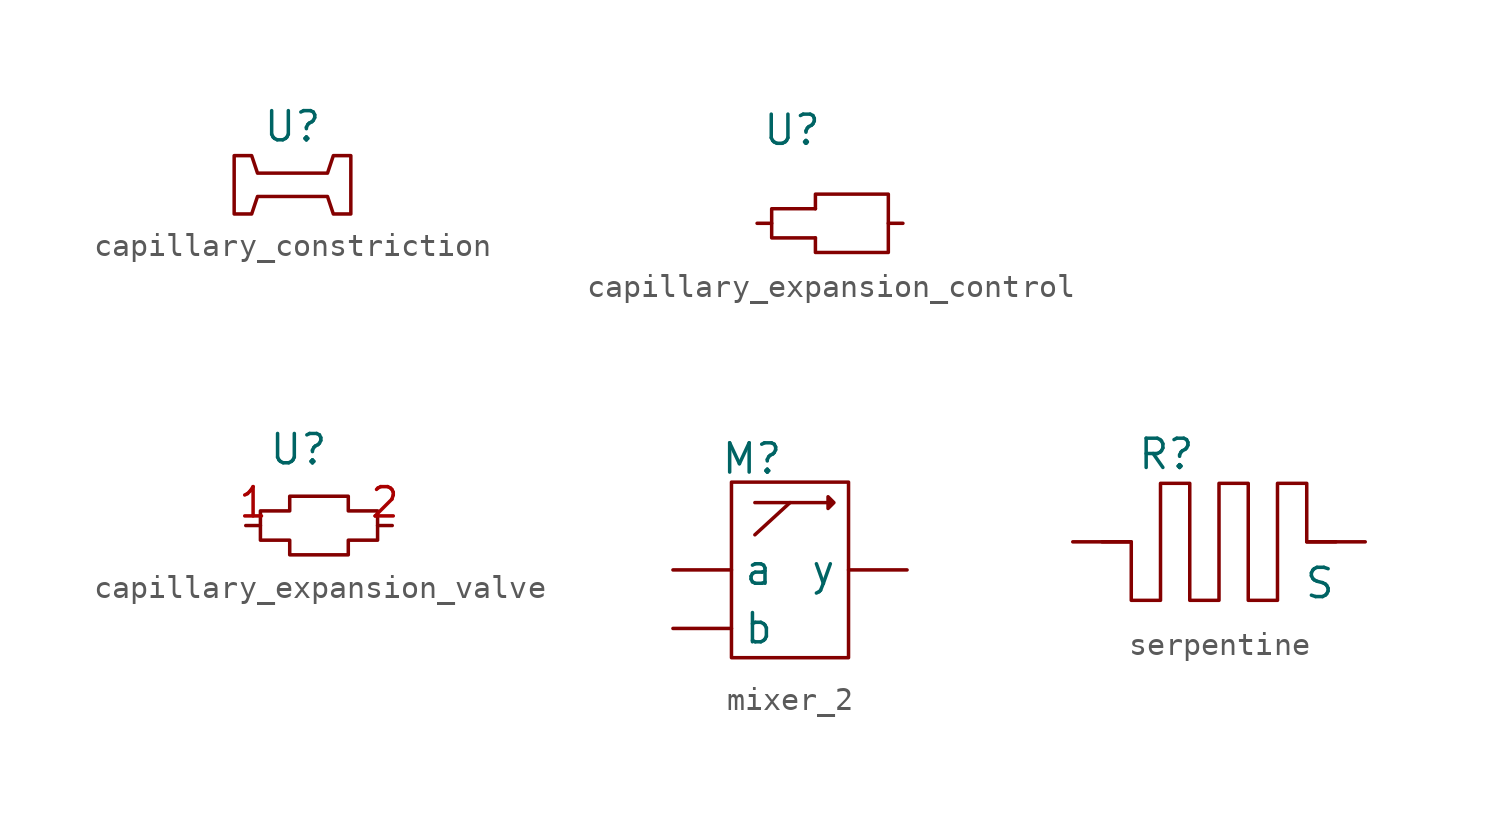
<source format=kicad_sym>
(kicad_symbol_lib
  (version 20231120)
  (generator "kicad_symbol_editor")
  (generator_version "8.0")
  (symbol "capillary_constriction"
    (property "Reference" "U"
      (at 0 2.54 0)
      (effects (font (size 1.27 1.27))))
    (property "Value" ""
      (at 0 0 0)
      (effects (font (size 1.27 1.27))))
    (symbol "capillary_constriction_0_1"
      (polyline (pts (xy 0 0.508) (xy 1.524 0.508) (xy 1.778 1.27) (xy 2.54 1.27) (xy 2.54 0) (xy 2.54 -1.27) (xy 1.778 -1.27) (xy 1.524 -0.508) (xy 0 -0.508) (xy -1.524 -0.508) (xy -1.778 -1.27) (xy -2.54 -1.27) (xy -2.54 1.27) (xy -1.778 1.27) (xy -1.524 0.508) (xy 0 0.508)) (stroke (width 0) (type default)) (fill (type none))))
    (symbol "capillary_constriction_1_1"
      (pin input line (at -2.54 0 0) (length 0) hide (name "" (effects (font (size 1.27 1.27)))) (number "1" (effects (font (size 1.27 1.27)))))
      (pin output line (at 2.54 0 180) (length 0) hide (name "" (effects (font (size 1.27 1.27)))) (number "2" (effects (font (size 1.27 1.27)))))))
  (symbol "capillary_expansion_control"
    (property "Reference" "U"
      (at -1.016 4.064 0)
      (effects (font (size 1.27 1.27))))
    (property "Value" ""
      (at 0 0 0)
      (effects (font (size 1.27 1.27))))
    (symbol "capillary_expansion_control_0_1"
      (polyline (pts (xy 0 0.635) (xy -1.905 0.635) (xy -1.905 -0.635) (xy 0 -0.635)) (stroke (width 0) (type default)) (fill (type none))))
    (symbol "capillary_expansion_control_1_1"
      (polyline (pts (xy -2.54 0) (xy -1.905 0)) (stroke (width 0) (type default)) (fill (type none)))
      (polyline (pts (xy 3.175 0) (xy 3.81 0)) (stroke (width 0) (type default)) (fill (type none)))
      (polyline (pts (xy 0 -0.635) (xy 0 -1.27) (xy 3.175 -1.27) (xy 3.175 1.27) (xy 0 1.27) (xy 0 0.635)) (stroke (width 0) (type default)) (fill (type none)))
      (pin passive line (at -2.54 0 0) (length 0) hide (name "in" (effects (font (size 1.27 1.27)))) (number "1" (effects (font (size 1.27 1.27)))))
      (pin output line (at 3.81 0 180) (length 0) hide (name "out" (effects (font (size 1.27 1.27)))) (number "2" (effects (font (size 1.27 1.27)))))))
  (symbol "capillary_expansion_valve"
    (property "Reference" "U"
      (at -0.254 3.302 0)
      (effects (font (size 1.27 1.27))))
    (property "Value" ""
      (at 0 0 0)
      (effects (font (size 1.27 1.27))))
    (symbol "capillary_expansion_valve_0_1"
      (polyline (pts (xy 0 1.27) (xy 1.905 1.27) (xy 1.905 0.635) (xy 3.175 0.635) (xy 3.175 -0.635) (xy 1.905 -0.635) (xy 1.905 -1.27) (xy 0 -1.27) (xy -0.635 -1.27) (xy -0.635 -0.635) (xy -1.27 -0.635) (xy -1.905 -0.635) (xy -1.905 0.635) (xy -0.635 0.635) (xy -0.635 1.27) (xy 0 1.27)) (stroke (width 0) (type default)) (fill (type none))))
    (symbol "capillary_expansion_valve_1_1"
      (pin input line (at -2.54 0 0) (length 0.635) (name "" (effects (font (size 1.27 1.27)))) (number "1" (effects (font (size 1.27 1.27)))))
      (pin output line (at 3.81 0 180) (length 0.635) (name "" (effects (font (size 1.27 1.27)))) (number "2" (effects (font (size 1.27 1.27)))))))
  (symbol "mixer_2"
    (pin_numbers hide)
    (property "Reference" "M"
      (at -1.651 4.826 0)
      (effects (font (size 1.27 1.27))))
    (property "Value" ""
      (at 0 0 0)
      (effects (font (size 1.27 1.27))))
    (symbol "mixer_2_0_1"
      (rectangle (start -2.54 3.81) (end 2.54 -3.81) (stroke (width 0) (type default)) (fill (type none)))
      (polyline (pts (xy 0 2.921) (xy -1.524 1.524)) (stroke (width 0) (type default)) (fill (type none)))
      (polyline (pts (xy -1.524 2.921) (xy 1.905 2.921) (xy 1.651 3.175) (xy 1.651 2.667) (xy 1.905 2.921)) (stroke (width 0) (type default)) (fill (type none))))
    (symbol "mixer_2_1_1"
      (pin input line (at -5.08 0 0) (length 2.54) (name "a" (effects (font (size 1.27 1.27)))) (number "1" (effects (font (size 1.27 1.27)))))
      (pin input line (at -5.08 -2.54 0) (length 2.54) (name "b" (effects (font (size 1.27 1.27)))) (number "2" (effects (font (size 1.27 1.27)))))
      (pin output line (at 5.08 0 180) (length 2.54) (name "y" (effects (font (size 1.27 1.27)))) (number "3" (effects (font (size 1.27 1.27)))))))
  (symbol "serpentine"
    (pin_numbers hide)
    (pin_names hide)
    (property "Reference" "R"
      (at -2.286 3.81 0)
      (effects (font (size 1.27 1.27))))
    (property "Value" "S"
      (at 5.08 -2.54 0)
      (effects (font (size 1.27 1.27)) (justify right bottom)))
    (symbol "serpentine_0_1"
      (polyline (pts (xy -5.08 0) (xy -3.81 0) (xy -3.81 -2.54) (xy -2.54 -2.54) (xy -2.54 2.54) (xy -1.27 2.54) (xy -1.27 -2.54) (xy 0 -2.54) (xy 0 2.54) (xy 1.27 2.54) (xy 1.27 -2.54) (xy 2.54 -2.54) (xy 2.54 2.54) (xy 3.81 2.54) (xy 3.81 0) (xy 5.08 0)) (stroke (width 0) (type default)) (fill (type none))))
    (symbol "serpentine_1_1"
      (pin passive line (at -6.35 0 0) (length 2.54) (name "in_fluid" (effects (font (size 1.27 1.27)))) (number "1" (effects (font (size 1.27 1.27)))))
      (pin passive line (at 6.35 0 180) (length 2.54) (name "out_fluid" (effects (font (size 1.27 1.27)))) (number "2" (effects (font (size 1.27 1.27))))))))
</source>
